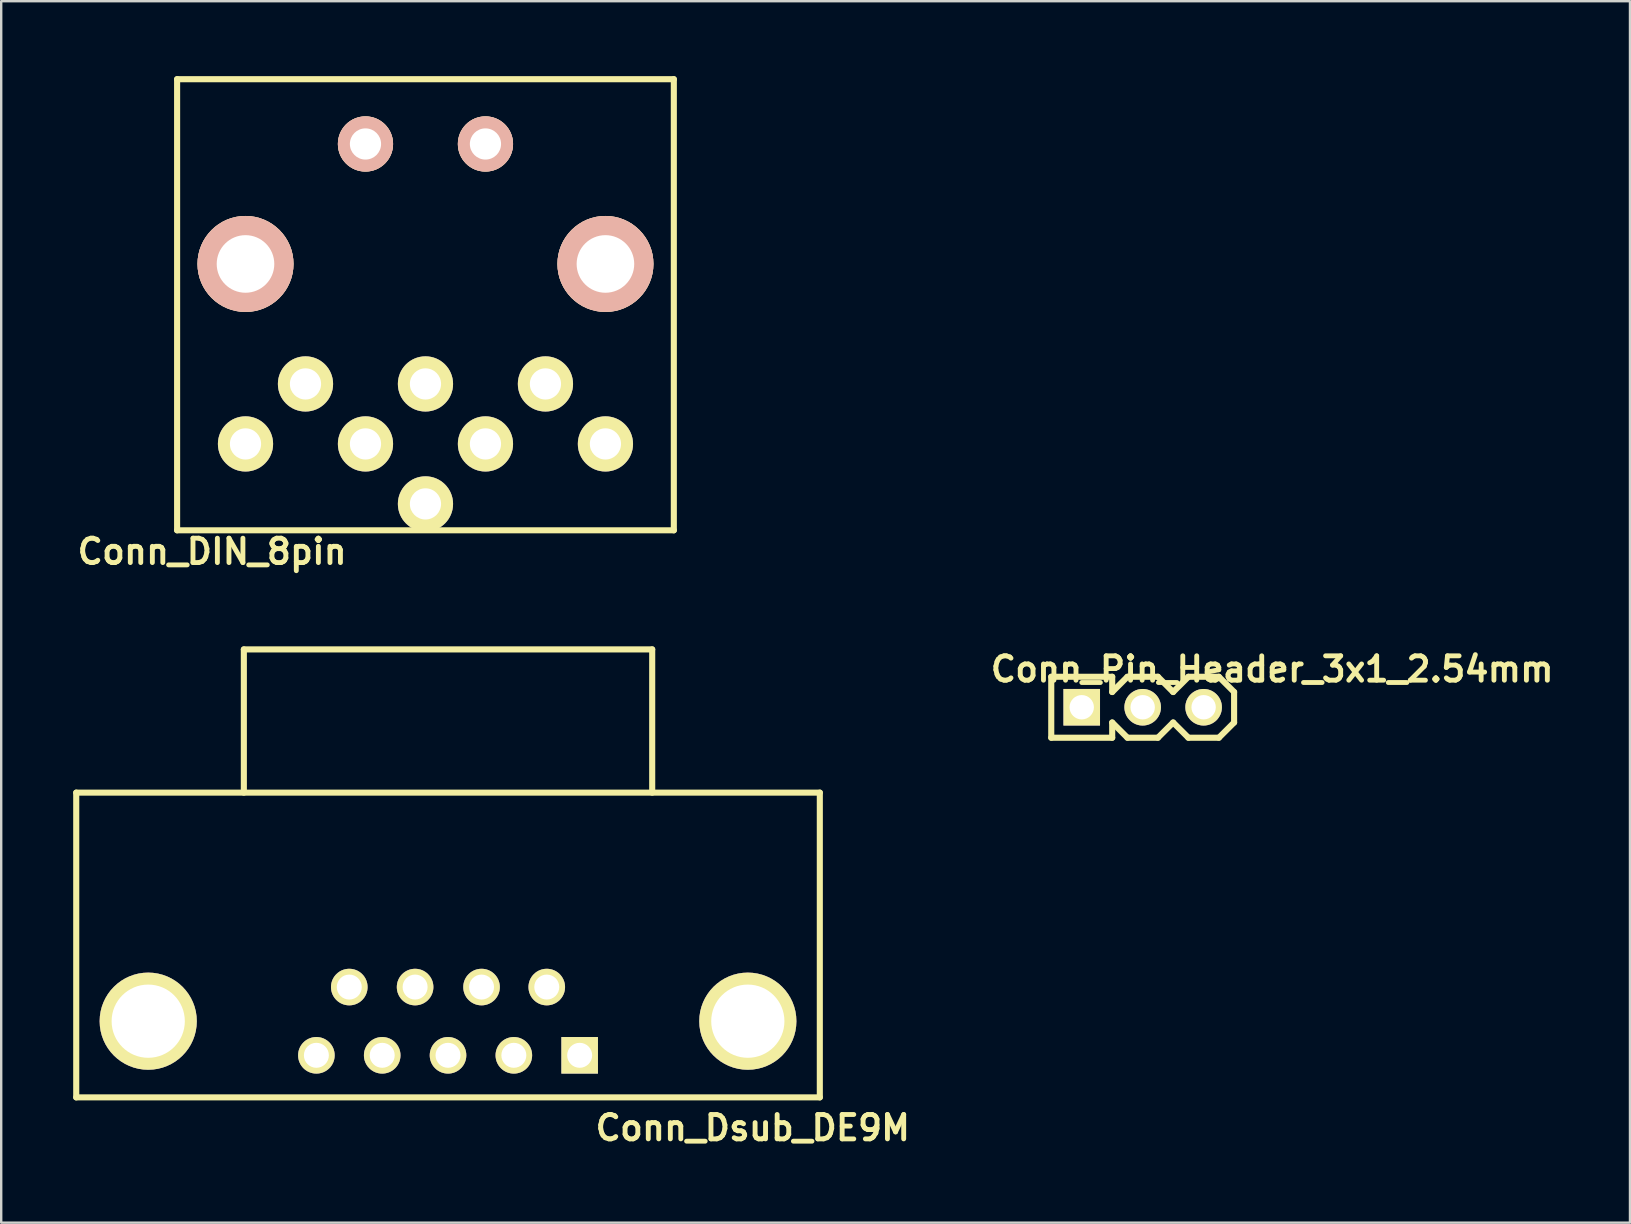
<source format=kicad_pcb>
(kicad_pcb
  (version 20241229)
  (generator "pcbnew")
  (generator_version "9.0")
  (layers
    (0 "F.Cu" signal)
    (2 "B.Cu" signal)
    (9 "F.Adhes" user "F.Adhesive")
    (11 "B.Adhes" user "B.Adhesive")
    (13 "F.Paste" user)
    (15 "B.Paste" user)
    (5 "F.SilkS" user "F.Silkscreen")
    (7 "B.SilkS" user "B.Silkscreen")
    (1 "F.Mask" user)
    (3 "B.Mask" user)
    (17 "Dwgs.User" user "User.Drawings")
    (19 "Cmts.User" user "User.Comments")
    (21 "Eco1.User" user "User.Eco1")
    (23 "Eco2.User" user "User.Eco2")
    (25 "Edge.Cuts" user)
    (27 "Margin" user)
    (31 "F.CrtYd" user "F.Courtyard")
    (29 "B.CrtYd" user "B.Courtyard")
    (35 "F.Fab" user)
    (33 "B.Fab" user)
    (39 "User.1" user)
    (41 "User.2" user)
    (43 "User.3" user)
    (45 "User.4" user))
  (footprint "Conn_DIN_8pin"
    (layer "F.Cu")
    (at 14.681 0.25)
    (property "Reference" "Conn_DIN_8pin" (at -8.89 19.685 0) (layer "F.SilkS") (effects (font (size 1.016 1.016) (thickness 0.203))))
    (attr through_hole)
    (fp_line (start -10.35 0) (end 10.35 0) (stroke (width 0.254) (type solid)) (layer "F.SilkS"))
    (fp_line (start -10.35 18.8) (end -10.35 0) (stroke (width 0.254) (type solid)) (layer "F.SilkS"))
    (fp_line (start 10.35 0) (end 10.35 18.8) (stroke (width 0.254) (type solid)) (layer "F.SilkS"))
    (fp_line (start 10.35 18.8) (end -10.35 18.8) (stroke (width 0.254) (type solid)) (layer "F.SilkS"))
    (pad "1" thru_hole circle (at -5 12.7 180) (size 2.3 2.3) (drill 1.3) (layers "*.Cu" "*.Mask" "F.SilkS"))
    (pad "2" thru_hole circle (at 0 12.7 180) (size 2.3 2.3) (drill 1.3) (layers "*.Cu" "*.Mask" "F.SilkS"))
    (pad "3" thru_hole circle (at 5 12.7 180) (size 2.3 2.3) (drill 1.3) (layers "*.Cu" "*.Mask" "F.SilkS"))
    (pad "4" thru_hole circle (at -2.5 15.2 180) (size 2.3 2.3) (drill 1.3) (layers "*.Cu" "*.Mask" "F.SilkS"))
    (pad "5" thru_hole circle (at 2.5 15.2 180) (size 2.3 2.3) (drill 1.3) (layers "*.Cu" "*.Mask" "F.SilkS"))
    (pad "6" thru_hole circle (at -7.5 15.2 180) (size 2.3 2.3) (drill 1.3) (layers "*.Cu" "*.Mask" "F.SilkS"))
    (pad "7" thru_hole circle (at 7.5 15.2 180) (size 2.3 2.3) (drill 1.3) (layers "*.Cu" "*.Mask" "F.SilkS"))
    (pad "8" thru_hole circle (at 0 17.7 180) (size 2.3 2.3) (drill 1.3) (layers "*.Cu" "*.Mask" "F.SilkS"))
    (pad "~" thru_hole circle (at -7.5 7.7 180) (size 4 4) (drill 2.4) (layers "*.Cu" "*.SilkS" "*.Mask"))
    (pad "~" thru_hole circle (at -2.5 2.7 180) (size 2.3 2.3) (drill 1.3) (layers "*.Cu" "*.SilkS" "*.Mask"))
    (pad "~" thru_hole circle (at 2.5 2.7 180) (size 2.3 2.3) (drill 1.3) (layers "*.Cu" "*.SilkS" "*.Mask"))
    (pad "~" thru_hole circle (at 7.5 7.7 180) (size 4 4) (drill 2.4) (layers "*.Cu" "*.SilkS" "*.Mask")))
  (footprint "Conn_Dsub_DE9M"
    (layer "F.Cu")
    (at 15.621 39.507)
    (property "Reference" "Conn_Dsub_DE9M" (at 12.7 4.445 0) (layer "F.SilkS") (effects (font (size 1.016 1.016) (thickness 0.203))))
    (attr through_hole)
    (fp_line (start -15.494 -9.525) (end 15.494 -9.525) (stroke (width 0.254) (type solid)) (layer "F.SilkS"))
    (fp_line (start -15.494 3.175) (end -15.494 -9.525) (stroke (width 0.254) (type solid)) (layer "F.SilkS"))
    (fp_line (start -15.494 3.175) (end 15.494 3.175) (stroke (width 0.254) (type solid)) (layer "F.SilkS"))
    (fp_line (start -8.509 -15.494) (end 8.509 -15.494) (stroke (width 0.254) (type solid)) (layer "F.SilkS"))
    (fp_line (start -8.509 -9.525) (end -8.509 -15.494) (stroke (width 0.254) (type solid)) (layer "F.SilkS"))
    (fp_line (start 8.509 -15.494) (end 8.509 -9.525) (stroke (width 0.254) (type solid)) (layer "F.SilkS"))
    (fp_line (start 15.494 -9.525) (end 15.494 3.175) (stroke (width 0.254) (type solid)) (layer "F.SilkS"))
    (pad "1" thru_hole rect (at 5.486 1.422) (size 1.524 1.524) (drill 1.041) (layers "*.Cu" "*.Mask" "F.SilkS"))
    (pad "2" thru_hole circle (at 2.743 1.422) (size 1.524 1.524) (drill 1.041) (layers "*.Cu" "*.Mask" "F.SilkS"))
    (pad "3" thru_hole circle (at 0 1.422) (size 1.524 1.524) (drill 1.041) (layers "*.Cu" "*.Mask" "F.SilkS"))
    (pad "4" thru_hole circle (at -2.743 1.422) (size 1.524 1.524) (drill 1.041) (layers "*.Cu" "*.Mask" "F.SilkS"))
    (pad "5" thru_hole circle (at -5.486 1.422) (size 1.524 1.524) (drill 1.041) (layers "*.Cu" "*.Mask" "F.SilkS"))
    (pad "6" thru_hole circle (at 4.115 -1.422) (size 1.524 1.524) (drill 1.041) (layers "*.Cu" "*.Mask" "F.SilkS"))
    (pad "7" thru_hole circle (at 1.397 -1.422) (size 1.524 1.524) (drill 1.041) (layers "*.Cu" "*.Mask" "F.SilkS"))
    (pad "8" thru_hole circle (at -1.372 -1.422) (size 1.524 1.524) (drill 1.041) (layers "*.Cu" "*.Mask" "F.SilkS"))
    (pad "9" thru_hole circle (at -4.115 -1.422) (size 1.524 1.524) (drill 1.041) (layers "*.Cu" "*.Mask" "F.SilkS"))
    (pad "GND" thru_hole circle (at -12.494 0) (size 4.049 4.049) (drill 3.051) (layers "*.Cu" "*.Mask" "F.SilkS"))
    (pad "GND" thru_hole circle (at 12.494 0) (size 4.049 4.049) (drill 3.051) (layers "*.Cu" "*.Mask" "F.SilkS")))
  (footprint "Conn_Pin_Header_3x1_2.54mm"
    (layer "F.Cu")
    (at 44.57 26.424)
    (property "Reference" "Conn_Pin_Header_3x1_2.54mm" (at 5.397 -1.587 0) (layer "F.SilkS") (effects (font (size 1.016 1.016) (thickness 0.203))))
    (attr through_hole)
    (fp_line (start -3.81 -1.27) (end -1.27 -1.27) (stroke (width 0.254) (type solid)) (layer "F.SilkS"))
    (fp_line (start -3.81 1.27) (end -3.81 -1.27) (stroke (width 0.254) (type solid)) (layer "F.SilkS"))
    (fp_line (start -1.27 -0.635) (end -1.27 -1.27) (stroke (width 0.254) (type solid)) (layer "F.SilkS"))
    (fp_line (start -1.27 -0.635) (end -0.635 -1.27) (stroke (width 0.254) (type solid)) (layer "F.SilkS"))
    (fp_line (start -1.27 1.27) (end -3.81 1.27) (stroke (width 0.254) (type solid)) (layer "F.SilkS"))
    (fp_line (start -1.27 1.27) (end -1.27 0.635) (stroke (width 0.254) (type solid)) (layer "F.SilkS"))
    (fp_line (start -0.635 -1.27) (end 0.635 -1.27) (stroke (width 0.254) (type solid)) (layer "F.SilkS"))
    (fp_line (start -0.635 1.27) (end -1.27 0.635) (stroke (width 0.254) (type solid)) (layer "F.SilkS"))
    (fp_line (start 0.635 -1.27) (end 1.27 -0.635) (stroke (width 0.254) (type solid)) (layer "F.SilkS"))
    (fp_line (start 0.635 1.27) (end -0.635 1.27) (stroke (width 0.254) (type solid)) (layer "F.SilkS"))
    (fp_line (start 1.27 -0.635) (end 1.905 -1.27) (stroke (width 0.254) (type solid)) (layer "F.SilkS"))
    (fp_line (start 1.27 0.635) (end 0.635 1.27) (stroke (width 0.254) (type solid)) (layer "F.SilkS"))
    (fp_line (start 1.905 -1.27) (end 3.175 -1.27) (stroke (width 0.254) (type solid)) (layer "F.SilkS"))
    (fp_line (start 1.905 1.27) (end 1.27 0.635) (stroke (width 0.254) (type solid)) (layer "F.SilkS"))
    (fp_line (start 3.175 -1.27) (end 3.81 -0.635) (stroke (width 0.254) (type solid)) (layer "F.SilkS"))
    (fp_line (start 3.175 1.27) (end 1.905 1.27) (stroke (width 0.254) (type solid)) (layer "F.SilkS"))
    (fp_line (start 3.81 -0.635) (end 3.81 0.635) (stroke (width 0.254) (type solid)) (layer "F.SilkS"))
    (fp_line (start 3.81 0.635) (end 3.175 1.27) (stroke (width 0.254) (type solid)) (layer "F.SilkS"))
    (pad "1" thru_hole rect (at -2.54 0) (size 1.524 1.524) (drill 1.016) (layers "*.Cu" "*.Mask" "F.SilkS"))
    (pad "2" thru_hole circle (at 0 0) (size 1.524 1.524) (drill 1.016) (layers "*.Cu" "*.Mask" "F.SilkS"))
    (pad "3" thru_hole circle (at 2.54 0) (size 1.524 1.524) (drill 1.016) (layers "*.Cu" "*.Mask" "F.SilkS")))
  (gr_rect
    (start -3 -3)
    (end 64.878 47.903)
    (stroke (width 0.1) (type default))
    (fill no)
    (layer "Edge.Cuts")))
</source>
